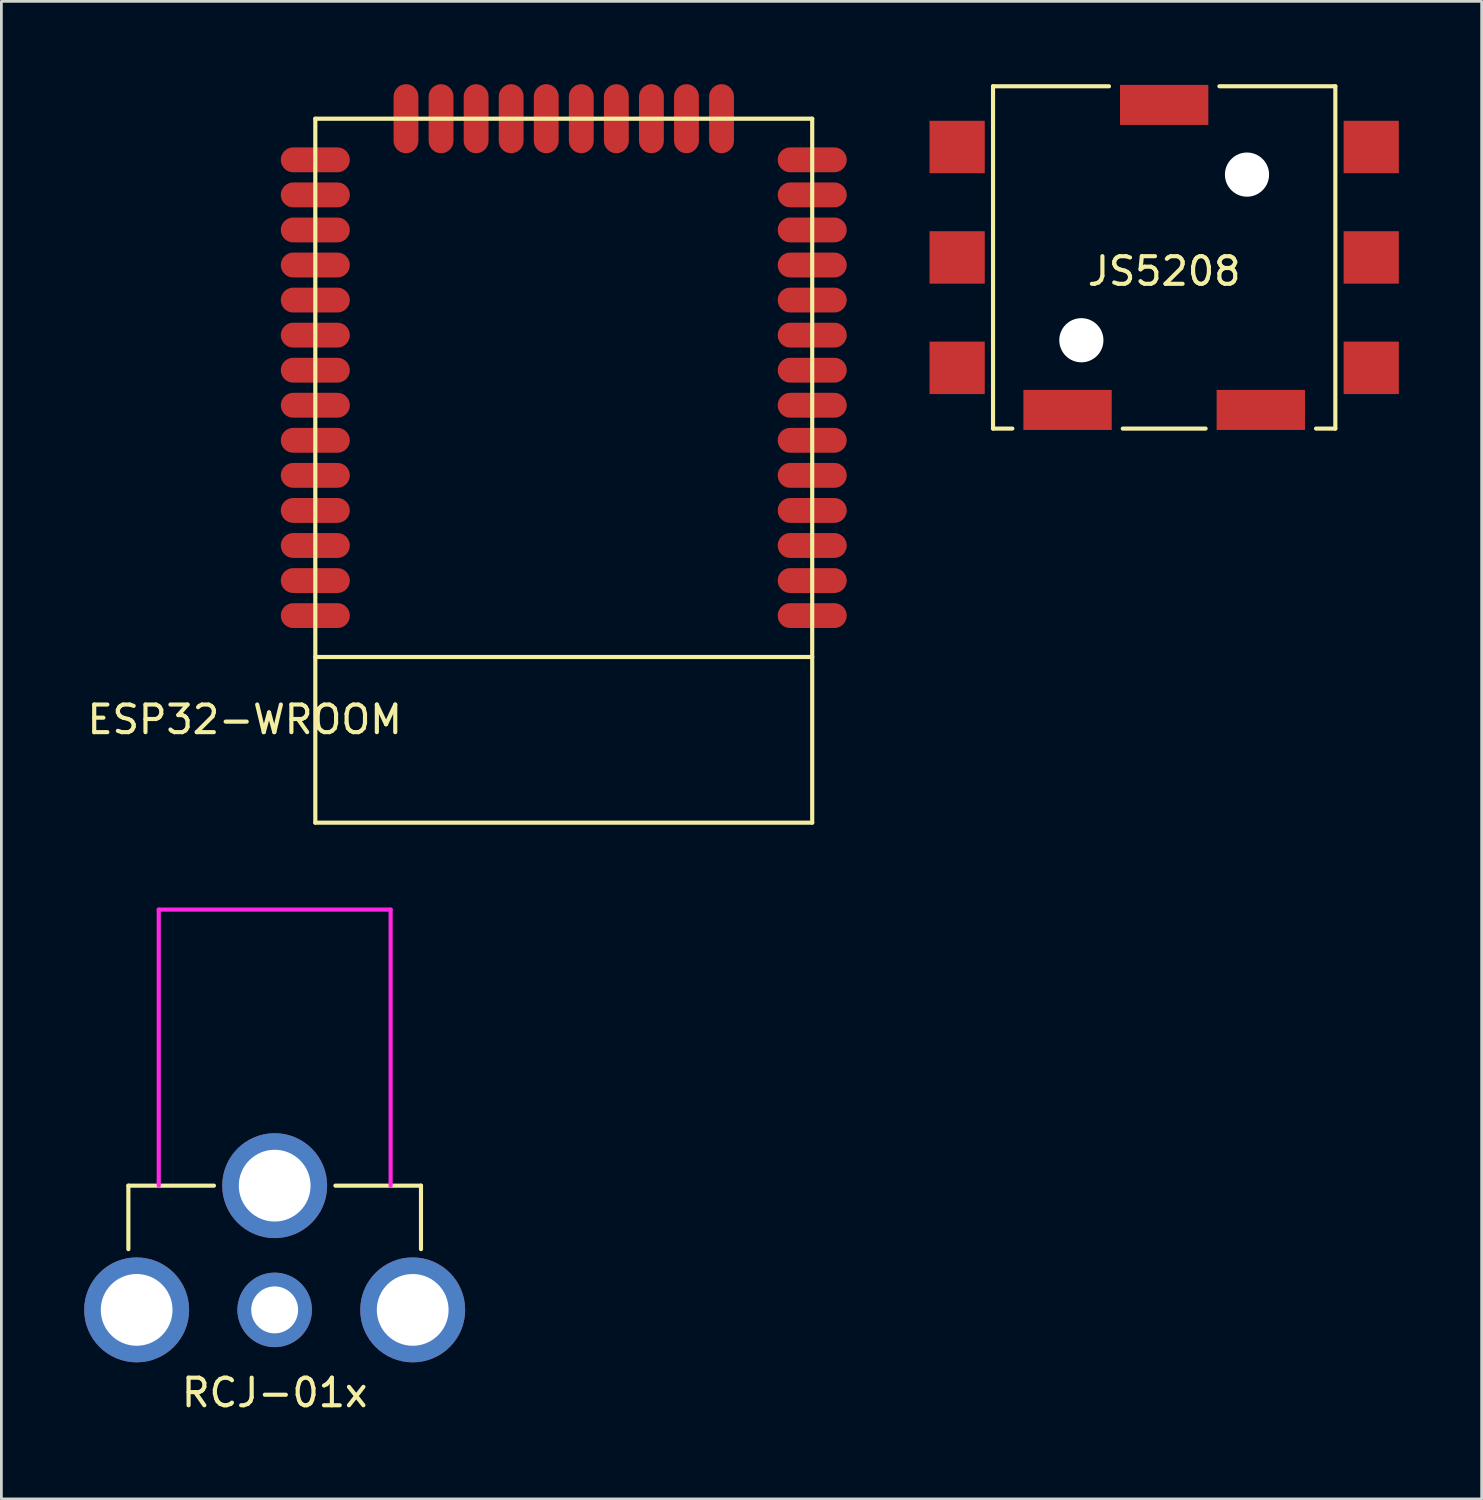
<source format=kicad_pcb>
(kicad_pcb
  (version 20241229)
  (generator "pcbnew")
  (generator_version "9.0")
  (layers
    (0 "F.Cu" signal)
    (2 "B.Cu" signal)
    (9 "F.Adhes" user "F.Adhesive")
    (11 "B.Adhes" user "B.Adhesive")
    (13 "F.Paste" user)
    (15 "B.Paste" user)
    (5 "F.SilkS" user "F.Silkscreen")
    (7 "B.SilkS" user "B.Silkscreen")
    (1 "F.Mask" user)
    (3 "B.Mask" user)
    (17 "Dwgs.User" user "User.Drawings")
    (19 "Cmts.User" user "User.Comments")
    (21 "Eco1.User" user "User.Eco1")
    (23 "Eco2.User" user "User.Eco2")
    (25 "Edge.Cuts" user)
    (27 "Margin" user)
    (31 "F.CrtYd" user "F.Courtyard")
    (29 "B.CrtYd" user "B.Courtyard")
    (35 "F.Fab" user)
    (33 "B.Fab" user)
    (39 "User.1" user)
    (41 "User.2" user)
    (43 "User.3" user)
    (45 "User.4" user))
  (footprint "RCJ-01x"
    (layer "F.Cu")
    (at 6.9 44.4)
    (property "Reference" "RCJ-01x" (at 0 3 0) (layer "F.SilkS") (effects (font (size 1 1) (thickness 0.15))))
    (attr through_hole)
    (fp_line (start -5.3 -4.5) (end -2.2 -4.5) (stroke (width 0.15) (type solid)) (layer "F.SilkS"))
    (fp_line (start -5.3 -2.2) (end -5.3 -4.5) (stroke (width 0.15) (type solid)) (layer "F.SilkS"))
    (fp_line (start 2.2 -4.5) (end 5.3 -4.5) (stroke (width 0.15) (type solid)) (layer "F.SilkS"))
    (fp_line (start 5.3 -4.5) (end 5.3 -2.2) (stroke (width 0.15) (type solid)) (layer "F.SilkS"))
    (fp_line (start -4.2 -14.5) (end 4.2 -14.5) (stroke (width 0.15) (type solid)) (layer "F.CrtYd"))
    (fp_line (start -4.2 -4.5) (end -4.2 -14.5) (stroke (width 0.15) (type solid)) (layer "F.CrtYd"))
    (fp_line (start 4.2 -14.5) (end 4.2 -4.5) (stroke (width 0.15) (type solid)) (layer "F.CrtYd"))
    (pad "1" thru_hole circle (at 0 0) (size 2.7 2.7) (drill 1.7) (layers "*.Cu" "*.Mask"))
    (pad "2" thru_hole circle (at -5 0) (size 3.8 3.8) (drill 2.6) (layers "*.Cu" "*.Mask"))
    (pad "2" thru_hole circle (at 0 -4.5) (size 3.8 3.8) (drill 2.6) (layers "*.Cu" "*.Mask"))
    (pad "2" thru_hole circle (at 5 0) (size 3.8 3.8) (drill 2.6) (layers "*.Cu" "*.Mask")))
  (footprint "JS5208"
    (layer "F.Cu")
    (at 39.122 6.275)
    (property "Reference" "JS5208" (at 0 0.5 0) (layer "F.SilkS") (effects (font (size 1 1) (thickness 0.15))))
    (attr through_hole)
    (fp_line (start -6.2 -6.2) (end -6.2 6.2) (stroke (width 0.15) (type solid)) (layer "F.SilkS"))
    (fp_line (start -6.2 -6.2) (end -2 -6.2) (stroke (width 0.15) (type solid)) (layer "F.SilkS"))
    (fp_line (start -6.2 6.2) (end -5.5 6.2) (stroke (width 0.15) (type solid)) (layer "F.SilkS"))
    (fp_line (start -1.5 6.2) (end 1.5 6.2) (stroke (width 0.15) (type solid)) (layer "F.SilkS"))
    (fp_line (start 2 -6.2) (end 6.2 -6.2) (stroke (width 0.15) (type solid)) (layer "F.SilkS"))
    (fp_line (start 6.2 -6.2) (end 6.2 6.2) (stroke (width 0.15) (type solid)) (layer "F.SilkS"))
    (fp_line (start 6.2 6.2) (end 5.5 6.2) (stroke (width 0.15) (type solid)) (layer "F.SilkS"))
    (pad "" np_thru_hole circle (at -3 3) (size 1.6 1.6) (drill 1.6) (layers "*.Cu" "*.Mask"))
    (pad "" np_thru_hole circle (at 3 -3) (size 1.6 1.6) (drill 1.6) (layers "*.Cu" "*.Mask"))
    (pad "1" smd rect (at -7.5 -4) (size 2 1.9) (layers "F.Cu" "F.Mask" "F.Paste"))
    (pad "2" smd rect (at -7.5 0) (size 2 1.9) (layers "F.Cu" "F.Mask" "F.Paste"))
    (pad "3" smd rect (at -7.5 4) (size 2 1.9) (layers "F.Cu" "F.Mask" "F.Paste"))
    (pad "4" smd rect (at 7.5 -4) (size 2 1.9) (layers "F.Cu" "F.Mask" "F.Paste"))
    (pad "5" smd rect (at 7.5 0) (size 2 1.9) (layers "F.Cu" "F.Mask" "F.Paste"))
    (pad "6" smd rect (at 7.5 4) (size 2 1.9) (layers "F.Cu" "F.Mask" "F.Paste"))
    (pad "7" smd rect (at -3.5 5.525) (size 3.2 1.45) (layers "F.Cu" "F.Mask" "F.Paste"))
    (pad "7" smd rect (at 0 -5.525) (size 3.2 1.45) (layers "F.Cu" "F.Mask" "F.Paste"))
    (pad "7" smd rect (at 3.5 5.525) (size 3.2 1.45) (layers "F.Cu" "F.Mask" "F.Paste")))
  (footprint "ESP32-WROOM"
    (layer "F.Cu")
    (at 17.372 14)
    (property "Reference" "ESP32-WROOM" (at -11.557 9.017 0) (layer "F.SilkS") (effects (font (size 1 1) (thickness 0.15))))
    (attr through_hole)
    (fp_line (start -9 -12.75) (end 9 -12.75) (stroke (width 0.15) (type solid)) (layer "F.SilkS"))
    (fp_line (start -9 6.75) (end 9 6.75) (stroke (width 0.15) (type solid)) (layer "F.SilkS"))
    (fp_line (start -9 12.75) (end -9 -12.75) (stroke (width 0.15) (type solid)) (layer "F.SilkS"))
    (fp_line (start -9 12.75) (end 9 12.75) (stroke (width 0.15) (type solid)) (layer "F.SilkS"))
    (fp_line (start 9 12.75) (end 9 -12.75) (stroke (width 0.15) (type solid)) (layer "F.SilkS"))
    (pad "1" smd oval (at 9 5.25) (size 2.5 0.9) (layers "F.Cu" "F.Mask" "F.Paste"))
    (pad "2" smd oval (at 9 3.98) (size 2.5 0.9) (layers "F.Cu" "F.Mask" "F.Paste"))
    (pad "3" smd oval (at 9 2.71) (size 2.5 0.9) (layers "F.Cu" "F.Mask" "F.Paste"))
    (pad "4" smd oval (at 9 1.44) (size 2.5 0.9) (layers "F.Cu" "F.Mask" "F.Paste"))
    (pad "5" smd oval (at 9 0.17) (size 2.5 0.9) (layers "F.Cu" "F.Mask" "F.Paste"))
    (pad "6" smd oval (at 9 -1.1) (size 2.5 0.9) (layers "F.Cu" "F.Mask" "F.Paste"))
    (pad "7" smd oval (at 9 -2.37) (size 2.5 0.9) (layers "F.Cu" "F.Mask" "F.Paste"))
    (pad "8" smd oval (at 9 -3.64) (size 2.5 0.9) (layers "F.Cu" "F.Mask" "F.Paste"))
    (pad "9" smd oval (at 9 -4.91) (size 2.5 0.9) (layers "F.Cu" "F.Mask" "F.Paste"))
    (pad "10" smd oval (at 9 -6.18) (size 2.5 0.9) (layers "F.Cu" "F.Mask" "F.Paste"))
    (pad "11" smd oval (at 9 -7.45) (size 2.5 0.9) (layers "F.Cu" "F.Mask" "F.Paste"))
    (pad "12" smd oval (at 9 -8.72) (size 2.5 0.9) (layers "F.Cu" "F.Mask" "F.Paste"))
    (pad "13" smd oval (at 9 -9.99) (size 2.5 0.9) (layers "F.Cu" "F.Mask" "F.Paste"))
    (pad "14" smd oval (at 9 -11.26) (size 2.5 0.9) (layers "F.Cu" "F.Mask" "F.Paste"))
    (pad "15" smd oval (at 5.715 -12.75) (size 0.9 2.5) (layers "F.Cu" "F.Mask" "F.Paste"))
    (pad "16" smd oval (at 4.445 -12.75) (size 0.9 2.5) (layers "F.Cu" "F.Mask" "F.Paste"))
    (pad "17" smd oval (at 3.175 -12.75) (size 0.9 2.5) (layers "F.Cu" "F.Mask" "F.Paste"))
    (pad "18" smd oval (at 1.905 -12.75) (size 0.9 2.5) (layers "F.Cu" "F.Mask" "F.Paste"))
    (pad "19" smd oval (at 0.635 -12.75) (size 0.9 2.5) (layers "F.Cu" "F.Mask" "F.Paste"))
    (pad "20" smd oval (at -0.635 -12.75) (size 0.9 2.5) (layers "F.Cu" "F.Mask" "F.Paste"))
    (pad "21" smd oval (at -1.905 -12.75) (size 0.9 2.5) (layers "F.Cu" "F.Mask" "F.Paste"))
    (pad "22" smd oval (at -3.175 -12.75) (size 0.9 2.5) (layers "F.Cu" "F.Mask" "F.Paste"))
    (pad "23" smd oval (at -4.445 -12.75) (size 0.9 2.5) (layers "F.Cu" "F.Mask" "F.Paste"))
    (pad "24" smd oval (at -5.715 -12.75) (size 0.9 2.5) (layers "F.Cu" "F.Mask" "F.Paste"))
    (pad "25" smd oval (at -9 -11.26) (size 2.5 0.9) (layers "F.Cu" "F.Mask" "F.Paste"))
    (pad "26" smd oval (at -9 -9.99) (size 2.5 0.9) (layers "F.Cu" "F.Mask" "F.Paste"))
    (pad "27" smd oval (at -9 -8.72) (size 2.5 0.9) (layers "F.Cu" "F.Mask" "F.Paste"))
    (pad "28" smd oval (at -9 -7.45) (size 2.5 0.9) (layers "F.Cu" "F.Mask" "F.Paste"))
    (pad "29" smd oval (at -9 -6.18) (size 2.5 0.9) (layers "F.Cu" "F.Mask" "F.Paste"))
    (pad "30" smd oval (at -9 -4.91) (size 2.5 0.9) (layers "F.Cu" "F.Mask" "F.Paste"))
    (pad "31" smd oval (at -9 -3.64) (size 2.5 0.9) (layers "F.Cu" "F.Mask" "F.Paste"))
    (pad "32" smd oval (at -9 -2.37) (size 2.5 0.9) (layers "F.Cu" "F.Mask" "F.Paste"))
    (pad "33" smd oval (at -9 -1.1) (size 2.5 0.9) (layers "F.Cu" "F.Mask" "F.Paste"))
    (pad "34" smd oval (at -9 0.17) (size 2.5 0.9) (layers "F.Cu" "F.Mask" "F.Paste"))
    (pad "35" smd oval (at -9 1.44) (size 2.5 0.9) (layers "F.Cu" "F.Mask" "F.Paste"))
    (pad "36" smd oval (at -9 2.71) (size 2.5 0.9) (layers "F.Cu" "F.Mask" "F.Paste"))
    (pad "37" smd oval (at -9 3.98) (size 2.5 0.9) (layers "F.Cu" "F.Mask" "F.Paste"))
    (pad "38" smd oval (at -9 5.25) (size 2.5 0.9) (layers "F.Cu" "F.Mask" "F.Paste")))
  (gr_rect
    (start -3 -3)
    (end 50.622 51.248)
    (stroke (width 0.1) (type default))
    (fill no)
    (layer "Edge.Cuts")))
</source>
